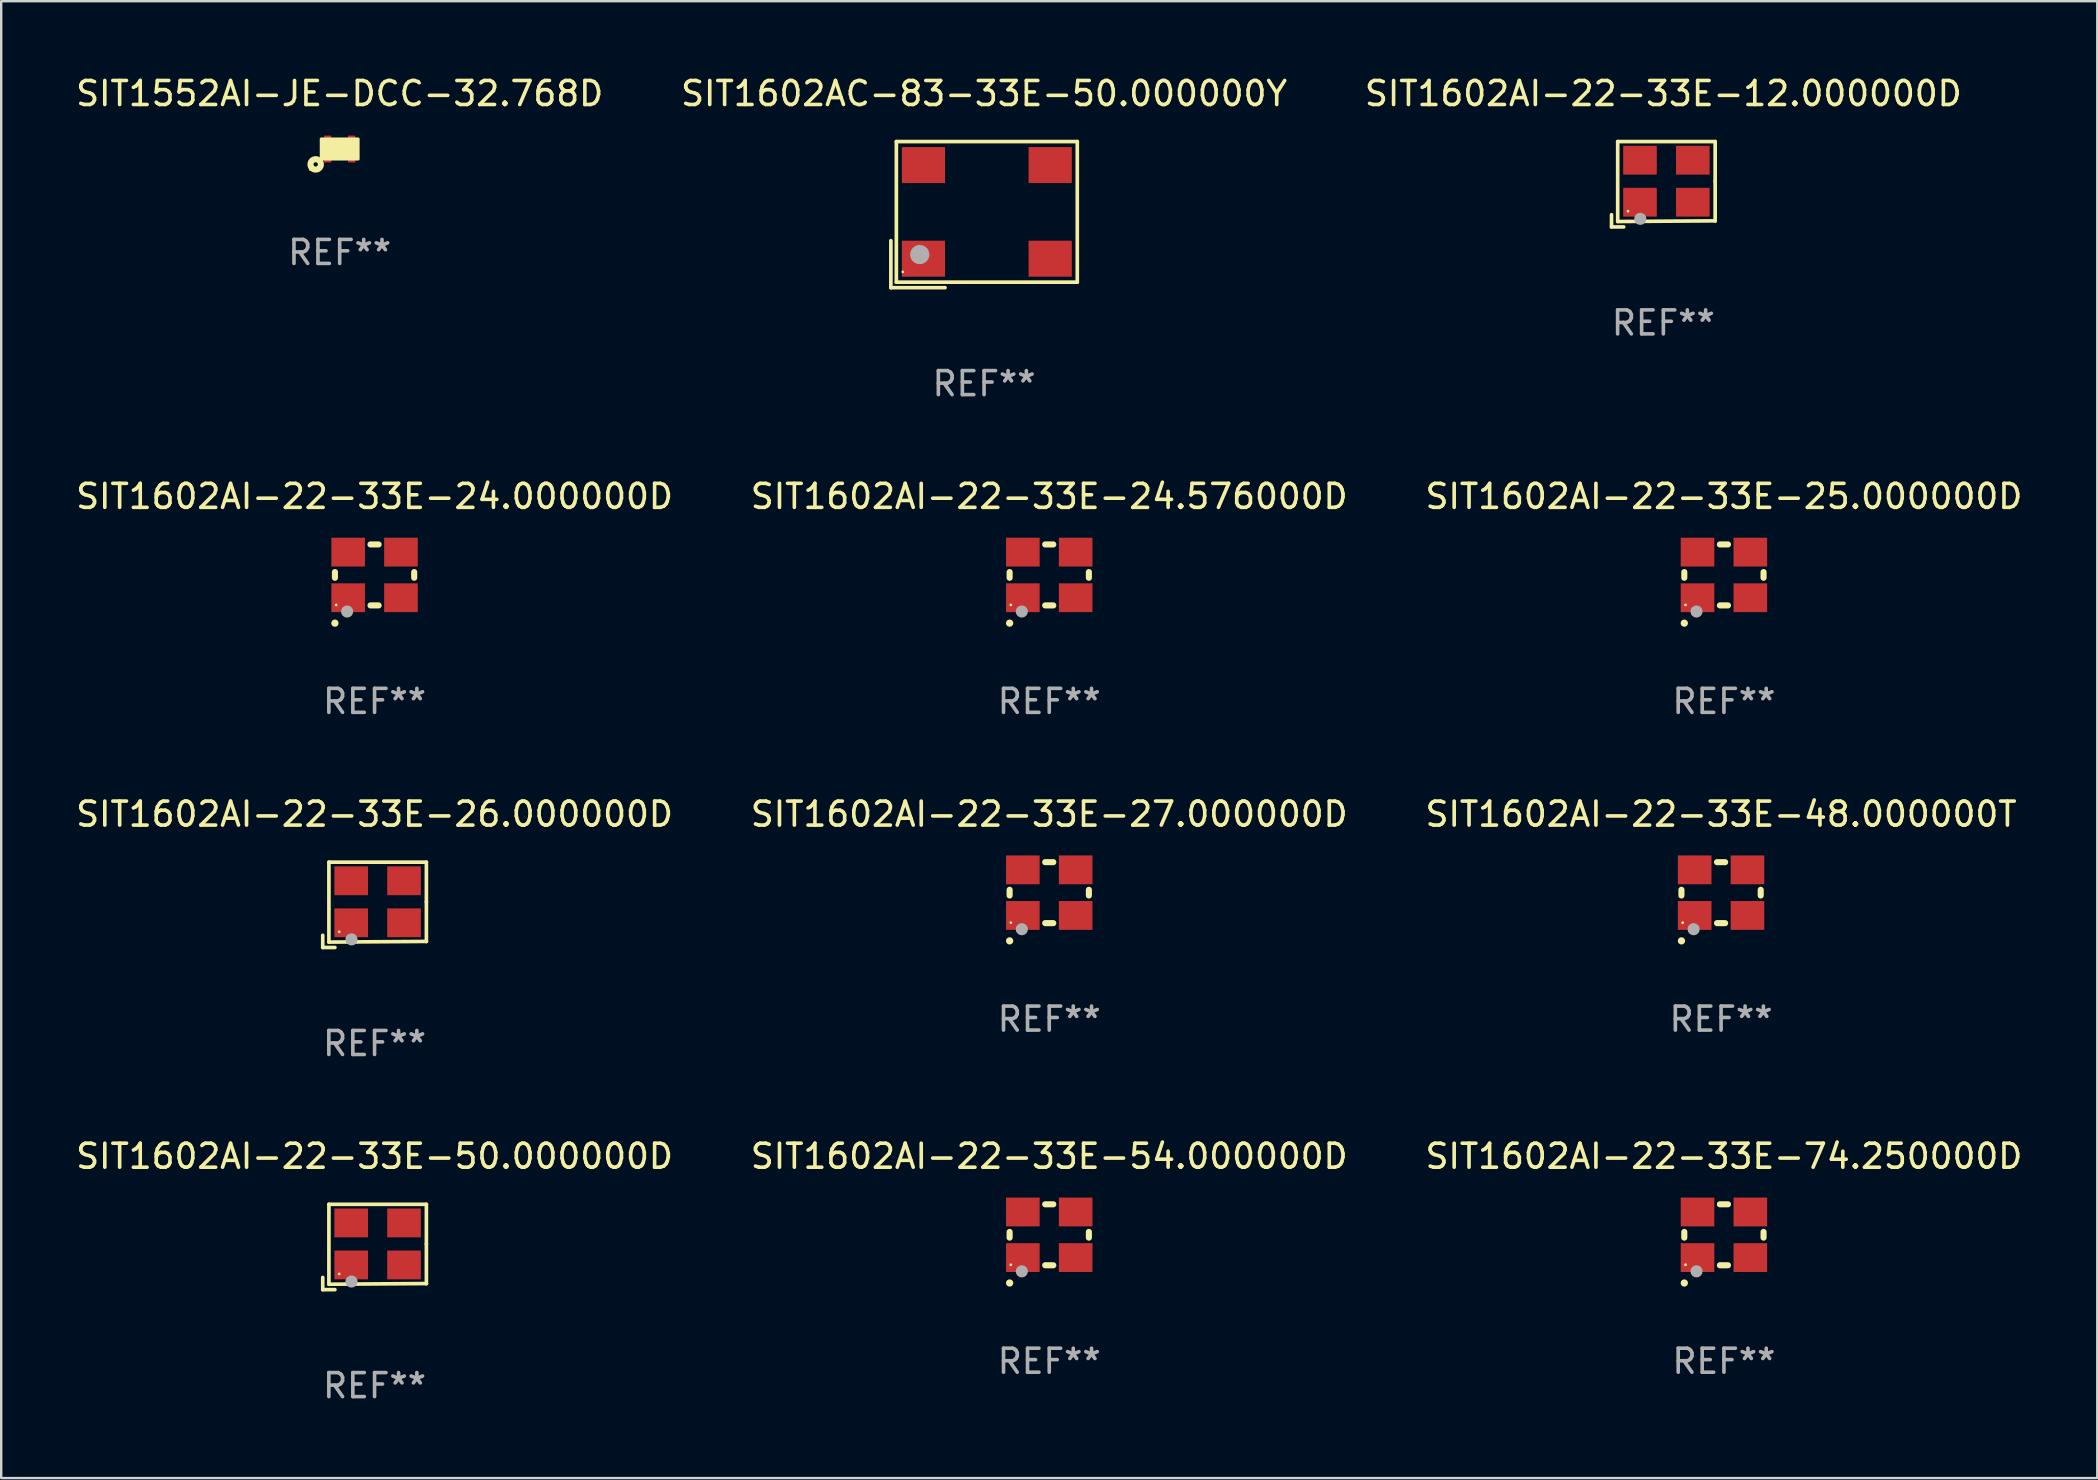
<source format=kicad_pcb>
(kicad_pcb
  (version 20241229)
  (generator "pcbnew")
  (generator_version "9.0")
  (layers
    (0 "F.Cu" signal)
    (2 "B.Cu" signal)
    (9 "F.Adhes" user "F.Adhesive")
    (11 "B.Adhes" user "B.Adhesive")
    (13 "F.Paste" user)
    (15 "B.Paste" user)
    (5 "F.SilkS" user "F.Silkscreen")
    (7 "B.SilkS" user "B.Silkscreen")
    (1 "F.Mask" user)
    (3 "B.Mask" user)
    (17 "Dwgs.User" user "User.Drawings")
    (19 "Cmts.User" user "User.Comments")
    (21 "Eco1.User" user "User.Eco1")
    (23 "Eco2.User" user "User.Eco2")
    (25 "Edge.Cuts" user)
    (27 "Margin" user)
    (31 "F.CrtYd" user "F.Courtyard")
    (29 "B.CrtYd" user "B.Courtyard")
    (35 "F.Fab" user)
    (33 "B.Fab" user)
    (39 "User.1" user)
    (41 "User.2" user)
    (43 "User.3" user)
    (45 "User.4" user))
  (footprint "SIT1602AC-83-33E-50.000000Y"
    (layer "F.Cu")
    (at 37.946 5.891)
    (property "Reference" "SIT1602AC-83-33E-50.000000Y" (at 0 -5.043 0) (layer "F.SilkS") (effects (font (size 1 1) (thickness 0.15))))
    (attr through_hole)
    (fp_line (start -3.883 1.086) (end -3.883 3.043) (stroke (width 0.152) (type solid)) (layer "F.SilkS"))
    (fp_line (start -3.883 3.043) (end -1.626 3.043) (stroke (width 0.152) (type solid)) (layer "F.SilkS"))
    (fp_line (start -3.654 -3.043) (end 3.883 -3.043) (stroke (width 0.152) (type solid)) (layer "F.SilkS"))
    (fp_line (start -3.654 2.814) (end -3.654 -3.043) (stroke (width 0.152) (type solid)) (layer "F.SilkS"))
    (fp_line (start 3.883 -3.043) (end 3.883 2.814) (stroke (width 0.152) (type solid)) (layer "F.SilkS"))
    (fp_line (start 3.883 2.814) (end -3.654 2.814) (stroke (width 0.152) (type solid)) (layer "F.SilkS"))
    (fp_circle (center -3.386 2.386) (end -3.356 2.386) (stroke (width 0.06) (type solid)) (fill no) (layer "F.SilkS"))
    (fp_circle (center -2.68 1.664) (end -2.48 1.664) (stroke (width 0.4) (type solid)) (fill no) (layer "F.Fab"))
    (fp_text user "REF**" (at 0 7.043 0) (layer "F.Fab") (effects (font (size 1 1) (thickness 0.15))))
    (pad "1" smd rect (at -2.526 1.836) (size 1.8 1.5) (layers "F.Cu" "F.Mask" "F.Paste"))
    (pad "2" smd rect (at 2.754 1.836) (size 1.8 1.5) (layers "F.Cu" "F.Mask" "F.Paste"))
    (pad "3" smd rect (at 2.754 -2.064) (size 1.8 1.5) (layers "F.Cu" "F.Mask" "F.Paste"))
    (pad "4" smd rect (at -2.526 -2.064) (size 1.8 1.5) (layers "F.Cu" "F.Mask" "F.Paste")))
  (footprint "SIT1602AI-22-33E-50.000000D"
    (layer "F.Cu")
    (at 12.554 48.898)
    (property "Reference" "SIT1602AI-22-33E-50.000000D" (at 0 -3.778 0) (layer "F.SilkS") (effects (font (size 1 1) (thickness 0.15))))
    (attr through_hole)
    (fp_line (start -2.159 1.27) (end -2.159 1.778) (stroke (width 0.152) (type solid)) (layer "F.SilkS"))
    (fp_line (start -2.159 1.778) (end -1.651 1.778) (stroke (width 0.152) (type solid)) (layer "F.SilkS"))
    (fp_line (start -1.902 -1.778) (end 2.159 -1.778) (stroke (width 0.152) (type solid)) (layer "F.SilkS"))
    (fp_line (start -1.902 1.552) (end -1.902 -1.778) (stroke (width 0.152) (type solid)) (layer "F.SilkS"))
    (fp_line (start 2.159 -1.778) (end 2.159 -0.127) (stroke (width 0.152) (type solid)) (layer "F.SilkS"))
    (fp_line (start 2.159 -0.127) (end 2.159 1.524) (stroke (width 0.152) (type solid)) (layer "F.SilkS"))
    (fp_line (start 2.159 1.524) (end -1.902 1.552) (stroke (width 0.152) (type solid)) (layer "F.SilkS"))
    (fp_line (start 2.159 1.524) (end 2.159 1.524) (stroke (width 0.152) (type solid)) (layer "F.SilkS"))
    (fp_circle (center -1.473 1.123) (end -1.443 1.123) (stroke (width 0.06) (type solid)) (fill no) (layer "F.SilkS"))
    (fp_circle (center -0.961 1.44) (end -0.834 1.44) (stroke (width 0.254) (type solid)) (fill no) (layer "F.Fab"))
    (fp_text user "REF**" (at 0 5.778 0) (layer "F.Fab") (effects (font (size 1 1) (thickness 0.15))))
    (pad "1" smd rect (at -0.973 0.748) (size 1.4 1.2) (layers "F.Cu" "F.Mask" "F.Paste"))
    (pad "2" smd rect (at 1.227 0.748) (size 1.4 1.2) (layers "F.Cu" "F.Mask" "F.Paste"))
    (pad "3" smd rect (at 1.227 -1.002) (size 1.4 1.2) (layers "F.Cu" "F.Mask" "F.Paste"))
    (pad "4" smd rect (at -0.973 -1.002) (size 1.4 1.2) (layers "F.Cu" "F.Mask" "F.Paste")))
  (footprint "SIT1602AI-22-33E-48.000000T"
    (layer "F.Cu")
    (at 68.649 34.137)
    (property "Reference" "SIT1602AI-22-33E-48.000000T" (at 0 -3.27 0) (layer "F.SilkS") (effects (font (size 1 1) (thickness 0.15))))
    (attr through_hole)
    (fp_line (start -1.651 -0.119) (end -1.651 0.119) (stroke (width 0.254) (type solid)) (layer "F.SilkS"))
    (fp_line (start -0.169 -1.27) (end 0.169 -1.27) (stroke (width 0.254) (type solid)) (layer "F.SilkS"))
    (fp_line (start -0.169 1.27) (end 0.169 1.27) (stroke (width 0.254) (type solid)) (layer "F.SilkS"))
    (fp_line (start 1.651 -0.119) (end 1.651 0.119) (stroke (width 0.254) (type solid)) (layer "F.SilkS"))
    (fp_arc (start -1.652273 2.008992) (mid -1.651003 2.008987) (end -1.649733 2.008992) (stroke (width 0.3) (type solid)) (layer "F.SilkS"))
    (fp_circle (center -1.6 1.25) (end -1.57 1.25) (stroke (width 0.06) (type solid)) (fill no) (layer "F.SilkS"))
    (fp_circle (center -1.143 1.524) (end -1.016 1.524) (stroke (width 0.254) (type solid)) (fill no) (layer "F.Fab"))
    (fp_text user "REF**" (at 0 5.27 0) (layer "F.Fab") (effects (font (size 1 1) (thickness 0.15))))
    (pad "1" smd rect (at -1.1 0.95) (size 1.4 1.2) (layers "F.Cu" "F.Mask" "F.Paste"))
    (pad "2" smd rect (at 1.1 0.95) (size 1.4 1.2) (layers "F.Cu" "F.Mask" "F.Paste"))
    (pad "3" smd rect (at 1.1 -0.95) (size 1.4 1.2) (layers "F.Cu" "F.Mask" "F.Paste"))
    (pad "4" smd rect (at -1.1 -0.95) (size 1.4 1.2) (layers "F.Cu" "F.Mask" "F.Paste")))
  (footprint "SIT1602AI-22-33E-24.000000D"
    (layer "F.Cu")
    (at 12.554 20.901)
    (property "Reference" "SIT1602AI-22-33E-24.000000D" (at 0 -3.27 0) (layer "F.SilkS") (effects (font (size 1 1) (thickness 0.15))))
    (attr through_hole)
    (fp_line (start -1.651 -0.119) (end -1.651 0.119) (stroke (width 0.254) (type solid)) (layer "F.SilkS"))
    (fp_line (start -0.169 -1.27) (end 0.169 -1.27) (stroke (width 0.254) (type solid)) (layer "F.SilkS"))
    (fp_line (start -0.169 1.27) (end 0.169 1.27) (stroke (width 0.254) (type solid)) (layer "F.SilkS"))
    (fp_line (start 1.651 -0.119) (end 1.651 0.119) (stroke (width 0.254) (type solid)) (layer "F.SilkS"))
    (fp_arc (start -1.652273 2.008992) (mid -1.651003 2.008987) (end -1.649733 2.008992) (stroke (width 0.3) (type solid)) (layer "F.SilkS"))
    (fp_circle (center -1.6 1.25) (end -1.57 1.25) (stroke (width 0.06) (type solid)) (fill no) (layer "F.SilkS"))
    (fp_circle (center -1.143 1.524) (end -1.016 1.524) (stroke (width 0.254) (type solid)) (fill no) (layer "F.Fab"))
    (fp_text user "REF**" (at 0 5.27 0) (layer "F.Fab") (effects (font (size 1 1) (thickness 0.15))))
    (pad "1" smd rect (at -1.1 0.95) (size 1.4 1.2) (layers "F.Cu" "F.Mask" "F.Paste"))
    (pad "2" smd rect (at 1.1 0.95) (size 1.4 1.2) (layers "F.Cu" "F.Mask" "F.Paste"))
    (pad "3" smd rect (at 1.1 -0.95) (size 1.4 1.2) (layers "F.Cu" "F.Mask" "F.Paste"))
    (pad "4" smd rect (at -1.1 -0.95) (size 1.4 1.2) (layers "F.Cu" "F.Mask" "F.Paste")))
  (footprint "SIT1552AI-JE-DCC-32.768D"
    (layer "F.Cu")
    (at 11.101 3.158)
    (property "Reference" "SIT1552AI-JE-DCC-32.768D" (at 0 -2.31 0) (layer "F.SilkS") (effects (font (size 1 1) (thickness 0.15))))
    (attr through_hole)
    (fp_circle (center -1.217 0.857) (end -1.187 0.857) (stroke (width 0.06) (type solid)) (fill no) (layer "F.SilkS"))
    (fp_circle (center -1 0.64) (end -0.91 0.64) (stroke (width 0.254) (type solid)) (fill no) (layer "F.SilkS"))
    (fp_poly (pts (xy -0.77 -0.42) (xy 0.77 -0.42) (xy 0.77 0.42) (xy -0.77 0.42)) (stroke (width 0.12) (type solid)) (fill yes) (layer "F.SilkS"))
    (fp_text user "REF**" (at 0 4.31 0) (layer "F.Fab") (effects (font (size 1 1) (thickness 0.15))))
    (pad "1" smd rect (at -0.5 0.31 90) (size 0.5 0.3) (layers "F.Cu" "F.Mask" "F.Paste"))
    (pad "2" smd rect (at 0.5 0.31 90) (size 0.5 0.3) (layers "F.Cu" "F.Mask" "F.Paste"))
    (pad "3" smd rect (at 0.5 -0.31 90) (size 0.5 0.3) (layers "F.Cu" "F.Mask" "F.Paste"))
    (pad "4" smd rect (at -0.5 -0.31 90) (size 0.5 0.3) (layers "F.Cu" "F.Mask" "F.Paste")))
  (footprint "SIT1602AI-22-33E-54.000000D"
    (layer "F.Cu")
    (at 40.661 48.39)
    (property "Reference" "SIT1602AI-22-33E-54.000000D" (at 0 -3.27 0) (layer "F.SilkS") (effects (font (size 1 1) (thickness 0.15))))
    (attr through_hole)
    (fp_line (start -1.651 -0.119) (end -1.651 0.119) (stroke (width 0.254) (type solid)) (layer "F.SilkS"))
    (fp_line (start -0.169 -1.27) (end 0.169 -1.27) (stroke (width 0.254) (type solid)) (layer "F.SilkS"))
    (fp_line (start -0.169 1.27) (end 0.169 1.27) (stroke (width 0.254) (type solid)) (layer "F.SilkS"))
    (fp_line (start 1.651 -0.119) (end 1.651 0.119) (stroke (width 0.254) (type solid)) (layer "F.SilkS"))
    (fp_arc (start -1.652273 2.008992) (mid -1.651003 2.008987) (end -1.649733 2.008992) (stroke (width 0.3) (type solid)) (layer "F.SilkS"))
    (fp_circle (center -1.6 1.25) (end -1.57 1.25) (stroke (width 0.06) (type solid)) (fill no) (layer "F.SilkS"))
    (fp_circle (center -1.143 1.524) (end -1.016 1.524) (stroke (width 0.254) (type solid)) (fill no) (layer "F.Fab"))
    (fp_text user "REF**" (at 0 5.27 0) (layer "F.Fab") (effects (font (size 1 1) (thickness 0.15))))
    (pad "1" smd rect (at -1.1 0.95) (size 1.4 1.2) (layers "F.Cu" "F.Mask" "F.Paste"))
    (pad "2" smd rect (at 1.1 0.95) (size 1.4 1.2) (layers "F.Cu" "F.Mask" "F.Paste"))
    (pad "3" smd rect (at 1.1 -0.95) (size 1.4 1.2) (layers "F.Cu" "F.Mask" "F.Paste"))
    (pad "4" smd rect (at -1.1 -0.95) (size 1.4 1.2) (layers "F.Cu" "F.Mask" "F.Paste")))
  (footprint "SIT1602AI-22-33E-25.000000D"
    (layer "F.Cu")
    (at 68.768 20.901)
    (property "Reference" "SIT1602AI-22-33E-25.000000D" (at 0 -3.27 0) (layer "F.SilkS") (effects (font (size 1 1) (thickness 0.15))))
    (attr through_hole)
    (fp_line (start -1.651 -0.119) (end -1.651 0.119) (stroke (width 0.254) (type solid)) (layer "F.SilkS"))
    (fp_line (start -0.169 -1.27) (end 0.169 -1.27) (stroke (width 0.254) (type solid)) (layer "F.SilkS"))
    (fp_line (start -0.169 1.27) (end 0.169 1.27) (stroke (width 0.254) (type solid)) (layer "F.SilkS"))
    (fp_line (start 1.651 -0.119) (end 1.651 0.119) (stroke (width 0.254) (type solid)) (layer "F.SilkS"))
    (fp_arc (start -1.652273 2.008992) (mid -1.651003 2.008987) (end -1.649733 2.008992) (stroke (width 0.3) (type solid)) (layer "F.SilkS"))
    (fp_circle (center -1.6 1.25) (end -1.57 1.25) (stroke (width 0.06) (type solid)) (fill no) (layer "F.SilkS"))
    (fp_circle (center -1.143 1.524) (end -1.016 1.524) (stroke (width 0.254) (type solid)) (fill no) (layer "F.Fab"))
    (fp_text user "REF**" (at 0 5.27 0) (layer "F.Fab") (effects (font (size 1 1) (thickness 0.15))))
    (pad "1" smd rect (at -1.1 0.95) (size 1.4 1.2) (layers "F.Cu" "F.Mask" "F.Paste"))
    (pad "2" smd rect (at 1.1 0.95) (size 1.4 1.2) (layers "F.Cu" "F.Mask" "F.Paste"))
    (pad "3" smd rect (at 1.1 -0.95) (size 1.4 1.2) (layers "F.Cu" "F.Mask" "F.Paste"))
    (pad "4" smd rect (at -1.1 -0.95) (size 1.4 1.2) (layers "F.Cu" "F.Mask" "F.Paste")))
  (footprint "SIT1602AI-22-33E-26.000000D"
    (layer "F.Cu")
    (at 12.554 34.645)
    (property "Reference" "SIT1602AI-22-33E-26.000000D" (at 0 -3.778 0) (layer "F.SilkS") (effects (font (size 1 1) (thickness 0.15))))
    (attr through_hole)
    (fp_line (start -2.159 1.27) (end -2.159 1.778) (stroke (width 0.152) (type solid)) (layer "F.SilkS"))
    (fp_line (start -2.159 1.778) (end -1.651 1.778) (stroke (width 0.152) (type solid)) (layer "F.SilkS"))
    (fp_line (start -1.902 -1.778) (end 2.159 -1.778) (stroke (width 0.152) (type solid)) (layer "F.SilkS"))
    (fp_line (start -1.902 1.552) (end -1.902 -1.778) (stroke (width 0.152) (type solid)) (layer "F.SilkS"))
    (fp_line (start 2.159 -1.778) (end 2.159 -0.127) (stroke (width 0.152) (type solid)) (layer "F.SilkS"))
    (fp_line (start 2.159 -0.127) (end 2.159 1.524) (stroke (width 0.152) (type solid)) (layer "F.SilkS"))
    (fp_line (start 2.159 1.524) (end -1.902 1.552) (stroke (width 0.152) (type solid)) (layer "F.SilkS"))
    (fp_line (start 2.159 1.524) (end 2.159 1.524) (stroke (width 0.152) (type solid)) (layer "F.SilkS"))
    (fp_circle (center -1.473 1.123) (end -1.443 1.123) (stroke (width 0.06) (type solid)) (fill no) (layer "F.SilkS"))
    (fp_circle (center -0.961 1.44) (end -0.834 1.44) (stroke (width 0.254) (type solid)) (fill no) (layer "F.Fab"))
    (fp_text user "REF**" (at 0 5.778 0) (layer "F.Fab") (effects (font (size 1 1) (thickness 0.15))))
    (pad "1" smd rect (at -0.973 0.748) (size 1.4 1.2) (layers "F.Cu" "F.Mask" "F.Paste"))
    (pad "2" smd rect (at 1.227 0.748) (size 1.4 1.2) (layers "F.Cu" "F.Mask" "F.Paste"))
    (pad "3" smd rect (at 1.227 -1.002) (size 1.4 1.2) (layers "F.Cu" "F.Mask" "F.Paste"))
    (pad "4" smd rect (at -0.973 -1.002) (size 1.4 1.2) (layers "F.Cu" "F.Mask" "F.Paste")))
  (footprint "SIT1602AI-22-33E-27.000000D"
    (layer "F.Cu")
    (at 40.661 34.137)
    (property "Reference" "SIT1602AI-22-33E-27.000000D" (at 0 -3.27 0) (layer "F.SilkS") (effects (font (size 1 1) (thickness 0.15))))
    (attr through_hole)
    (fp_line (start -1.651 -0.119) (end -1.651 0.119) (stroke (width 0.254) (type solid)) (layer "F.SilkS"))
    (fp_line (start -0.169 -1.27) (end 0.169 -1.27) (stroke (width 0.254) (type solid)) (layer "F.SilkS"))
    (fp_line (start -0.169 1.27) (end 0.169 1.27) (stroke (width 0.254) (type solid)) (layer "F.SilkS"))
    (fp_line (start 1.651 -0.119) (end 1.651 0.119) (stroke (width 0.254) (type solid)) (layer "F.SilkS"))
    (fp_arc (start -1.652273 2.008992) (mid -1.651003 2.008987) (end -1.649733 2.008992) (stroke (width 0.3) (type solid)) (layer "F.SilkS"))
    (fp_circle (center -1.6 1.25) (end -1.57 1.25) (stroke (width 0.06) (type solid)) (fill no) (layer "F.SilkS"))
    (fp_circle (center -1.143 1.524) (end -1.016 1.524) (stroke (width 0.254) (type solid)) (fill no) (layer "F.Fab"))
    (fp_text user "REF**" (at 0 5.27 0) (layer "F.Fab") (effects (font (size 1 1) (thickness 0.15))))
    (pad "1" smd rect (at -1.1 0.95) (size 1.4 1.2) (layers "F.Cu" "F.Mask" "F.Paste"))
    (pad "2" smd rect (at 1.1 0.95) (size 1.4 1.2) (layers "F.Cu" "F.Mask" "F.Paste"))
    (pad "3" smd rect (at 1.1 -0.95) (size 1.4 1.2) (layers "F.Cu" "F.Mask" "F.Paste"))
    (pad "4" smd rect (at -1.1 -0.95) (size 1.4 1.2) (layers "F.Cu" "F.Mask" "F.Paste")))
  (footprint "SIT1602AI-22-33E-24.576000D"
    (layer "F.Cu")
    (at 40.661 20.901)
    (property "Reference" "SIT1602AI-22-33E-24.576000D" (at 0 -3.27 0) (layer "F.SilkS") (effects (font (size 1 1) (thickness 0.15))))
    (attr through_hole)
    (fp_line (start -1.651 -0.119) (end -1.651 0.119) (stroke (width 0.254) (type solid)) (layer "F.SilkS"))
    (fp_line (start -0.169 -1.27) (end 0.169 -1.27) (stroke (width 0.254) (type solid)) (layer "F.SilkS"))
    (fp_line (start -0.169 1.27) (end 0.169 1.27) (stroke (width 0.254) (type solid)) (layer "F.SilkS"))
    (fp_line (start 1.651 -0.119) (end 1.651 0.119) (stroke (width 0.254) (type solid)) (layer "F.SilkS"))
    (fp_arc (start -1.652273 2.008992) (mid -1.651003 2.008987) (end -1.649733 2.008992) (stroke (width 0.3) (type solid)) (layer "F.SilkS"))
    (fp_circle (center -1.6 1.25) (end -1.57 1.25) (stroke (width 0.06) (type solid)) (fill no) (layer "F.SilkS"))
    (fp_circle (center -1.143 1.524) (end -1.016 1.524) (stroke (width 0.254) (type solid)) (fill no) (layer "F.Fab"))
    (fp_text user "REF**" (at 0 5.27 0) (layer "F.Fab") (effects (font (size 1 1) (thickness 0.15))))
    (pad "1" smd rect (at -1.1 0.95) (size 1.4 1.2) (layers "F.Cu" "F.Mask" "F.Paste"))
    (pad "2" smd rect (at 1.1 0.95) (size 1.4 1.2) (layers "F.Cu" "F.Mask" "F.Paste"))
    (pad "3" smd rect (at 1.1 -0.95) (size 1.4 1.2) (layers "F.Cu" "F.Mask" "F.Paste"))
    (pad "4" smd rect (at -1.1 -0.95) (size 1.4 1.2) (layers "F.Cu" "F.Mask" "F.Paste")))
  (footprint "SIT1602AI-22-33E-12.000000D"
    (layer "F.Cu")
    (at 66.244 4.626)
    (property "Reference" "SIT1602AI-22-33E-12.000000D" (at 0 -3.778 0) (layer "F.SilkS") (effects (font (size 1 1) (thickness 0.15))))
    (attr through_hole)
    (fp_line (start -2.159 1.27) (end -2.159 1.778) (stroke (width 0.152) (type solid)) (layer "F.SilkS"))
    (fp_line (start -2.159 1.778) (end -1.651 1.778) (stroke (width 0.152) (type solid)) (layer "F.SilkS"))
    (fp_line (start -1.902 -1.778) (end 2.159 -1.778) (stroke (width 0.152) (type solid)) (layer "F.SilkS"))
    (fp_line (start -1.902 1.552) (end -1.902 -1.778) (stroke (width 0.152) (type solid)) (layer "F.SilkS"))
    (fp_line (start 2.159 -1.778) (end 2.159 -0.127) (stroke (width 0.152) (type solid)) (layer "F.SilkS"))
    (fp_line (start 2.159 -0.127) (end 2.159 1.524) (stroke (width 0.152) (type solid)) (layer "F.SilkS"))
    (fp_line (start 2.159 1.524) (end -1.902 1.552) (stroke (width 0.152) (type solid)) (layer "F.SilkS"))
    (fp_line (start 2.159 1.524) (end 2.159 1.524) (stroke (width 0.152) (type solid)) (layer "F.SilkS"))
    (fp_circle (center -1.473 1.123) (end -1.443 1.123) (stroke (width 0.06) (type solid)) (fill no) (layer "F.SilkS"))
    (fp_circle (center -0.961 1.44) (end -0.834 1.44) (stroke (width 0.254) (type solid)) (fill no) (layer "F.Fab"))
    (fp_text user "REF**" (at 0 5.778 0) (layer "F.Fab") (effects (font (size 1 1) (thickness 0.15))))
    (pad "1" smd rect (at -0.973 0.748) (size 1.4 1.2) (layers "F.Cu" "F.Mask" "F.Paste"))
    (pad "2" smd rect (at 1.227 0.748) (size 1.4 1.2) (layers "F.Cu" "F.Mask" "F.Paste"))
    (pad "3" smd rect (at 1.227 -1.002) (size 1.4 1.2) (layers "F.Cu" "F.Mask" "F.Paste"))
    (pad "4" smd rect (at -0.973 -1.002) (size 1.4 1.2) (layers "F.Cu" "F.Mask" "F.Paste")))
  (footprint "SIT1602AI-22-33E-74.250000D"
    (layer "F.Cu")
    (at 68.768 48.39)
    (property "Reference" "SIT1602AI-22-33E-74.250000D" (at 0 -3.27 0) (layer "F.SilkS") (effects (font (size 1 1) (thickness 0.15))))
    (attr through_hole)
    (fp_line (start -1.651 -0.119) (end -1.651 0.119) (stroke (width 0.254) (type solid)) (layer "F.SilkS"))
    (fp_line (start -0.169 -1.27) (end 0.169 -1.27) (stroke (width 0.254) (type solid)) (layer "F.SilkS"))
    (fp_line (start -0.169 1.27) (end 0.169 1.27) (stroke (width 0.254) (type solid)) (layer "F.SilkS"))
    (fp_line (start 1.651 -0.119) (end 1.651 0.119) (stroke (width 0.254) (type solid)) (layer "F.SilkS"))
    (fp_arc (start -1.652273 2.008992) (mid -1.651003 2.008987) (end -1.649733 2.008992) (stroke (width 0.3) (type solid)) (layer "F.SilkS"))
    (fp_circle (center -1.6 1.25) (end -1.57 1.25) (stroke (width 0.06) (type solid)) (fill no) (layer "F.SilkS"))
    (fp_circle (center -1.143 1.524) (end -1.016 1.524) (stroke (width 0.254) (type solid)) (fill no) (layer "F.Fab"))
    (fp_text user "REF**" (at 0 5.27 0) (layer "F.Fab") (effects (font (size 1 1) (thickness 0.15))))
    (pad "1" smd rect (at -1.1 0.95) (size 1.4 1.2) (layers "F.Cu" "F.Mask" "F.Paste"))
    (pad "2" smd rect (at 1.1 0.95) (size 1.4 1.2) (layers "F.Cu" "F.Mask" "F.Paste"))
    (pad "3" smd rect (at 1.1 -0.95) (size 1.4 1.2) (layers "F.Cu" "F.Mask" "F.Paste"))
    (pad "4" smd rect (at -1.1 -0.95) (size 1.4 1.2) (layers "F.Cu" "F.Mask" "F.Paste")))
  (gr_rect
    (start -3 -3)
    (end 84.321 58.524)
    (stroke (width 0.1) (type default))
    (fill no)
    (layer "Edge.Cuts")))
</source>
